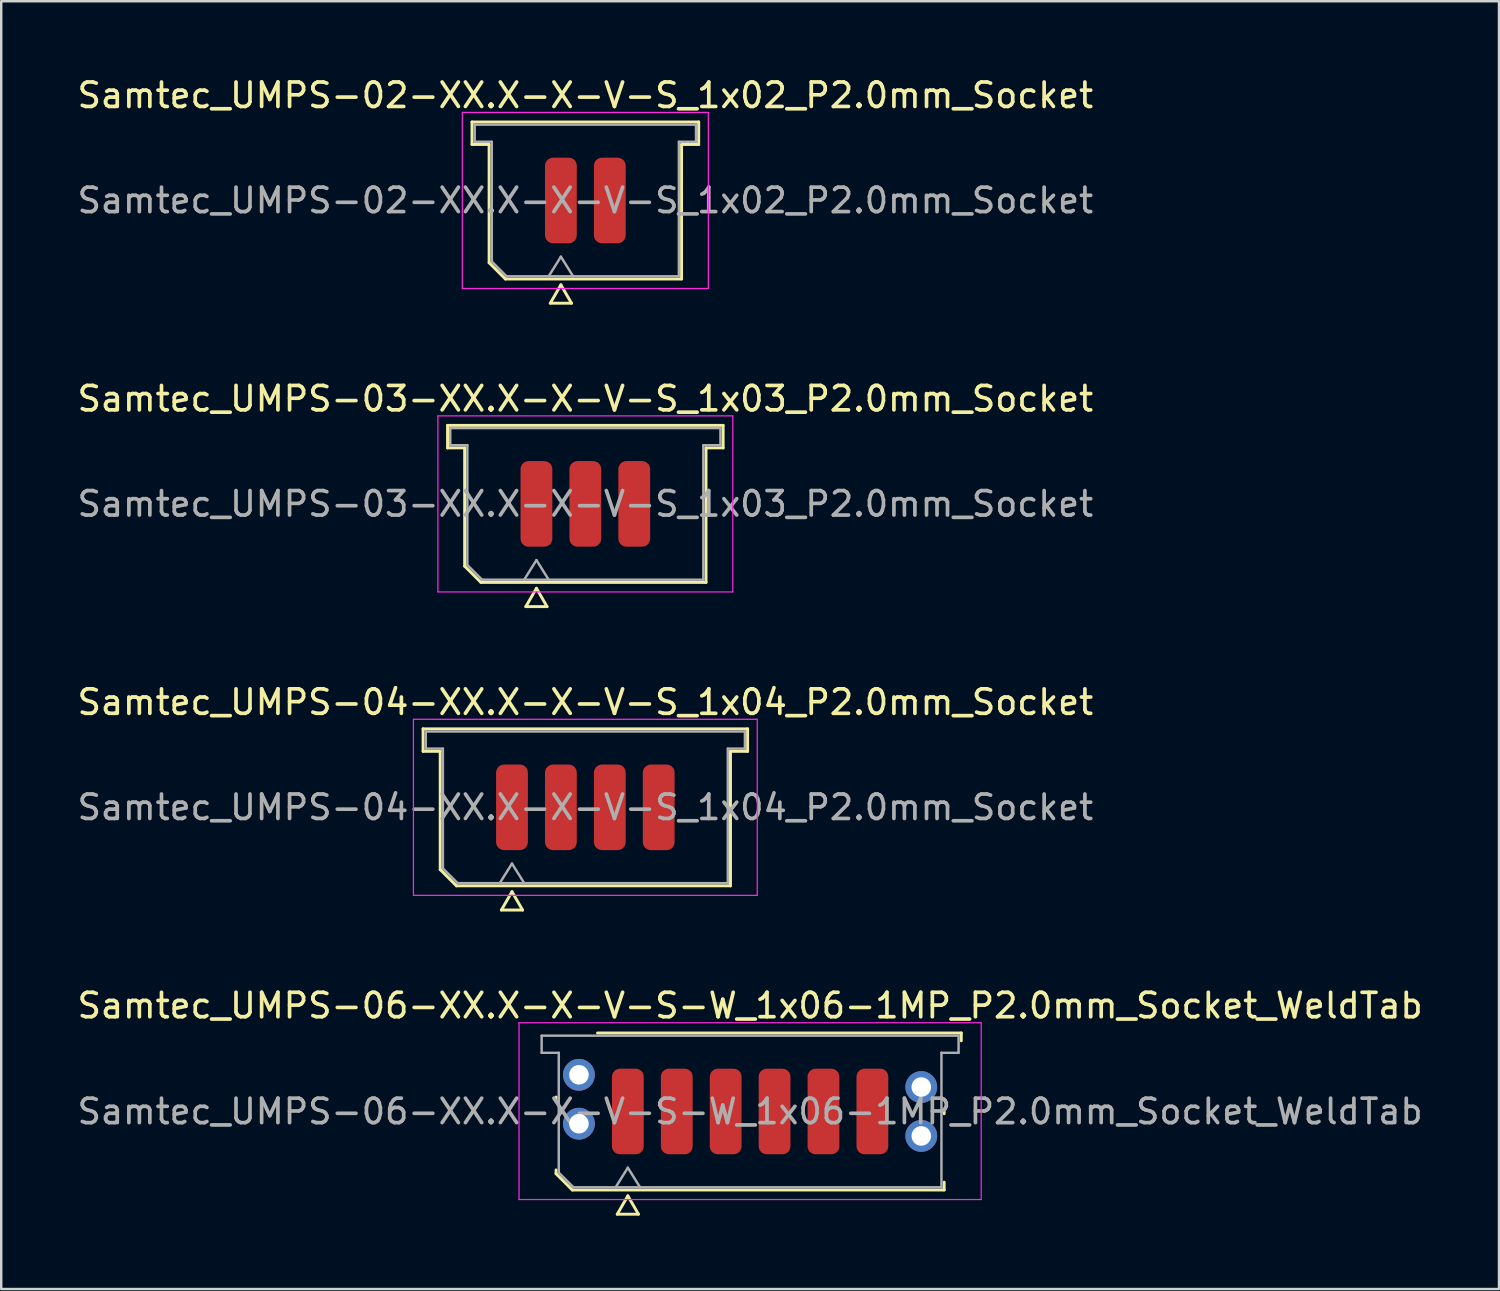
<source format=kicad_pcb>
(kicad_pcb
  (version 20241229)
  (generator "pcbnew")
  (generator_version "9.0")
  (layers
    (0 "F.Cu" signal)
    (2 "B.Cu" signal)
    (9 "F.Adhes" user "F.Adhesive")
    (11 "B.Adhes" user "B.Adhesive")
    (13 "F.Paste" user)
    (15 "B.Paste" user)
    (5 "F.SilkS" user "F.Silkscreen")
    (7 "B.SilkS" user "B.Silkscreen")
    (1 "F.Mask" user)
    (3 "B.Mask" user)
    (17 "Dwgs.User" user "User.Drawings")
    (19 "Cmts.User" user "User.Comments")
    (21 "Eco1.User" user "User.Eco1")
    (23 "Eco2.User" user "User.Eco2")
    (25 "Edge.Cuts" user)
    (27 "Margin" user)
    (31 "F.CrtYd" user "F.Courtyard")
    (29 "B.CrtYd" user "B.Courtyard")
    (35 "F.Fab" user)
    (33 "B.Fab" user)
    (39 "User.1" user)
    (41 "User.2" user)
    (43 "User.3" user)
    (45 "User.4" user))
  (footprint "Samtec_UMPS-02-XX.X-X-V-S_1x02_P2.0mm_Socket"
    (layer "F.Cu")
    (at 20.887 5.148)
    (property "Reference" "Samtec_UMPS-02-XX.X-X-V-S_1x02_P2.0mm_Socket" (at 0 -4.3 0) (layer "F.SilkS") (effects (font (size 1 1) (thickness 0.15))))
    (attr smd)
    (fp_line (start -4.635 -3.21) (end 4.635 -3.21) (stroke (width 0.12) (type solid)) (layer "F.SilkS"))
    (fp_line (start -4.635 -2.29) (end -4.635 -3.21) (stroke (width 0.12) (type solid)) (layer "F.SilkS"))
    (fp_line (start -3.935 -2.29) (end -4.635 -2.29) (stroke (width 0.12) (type solid)) (layer "F.SilkS"))
    (fp_line (start -3.935 2.546) (end -3.935 -2.29) (stroke (width 0.12) (type solid)) (layer "F.SilkS"))
    (fp_line (start -3.271 3.21) (end -3.935 2.546) (stroke (width 0.12) (type solid)) (layer "F.SilkS"))
    (fp_line (start -1.433 4.2) (end -1 3.45) (stroke (width 0.12) (type solid)) (layer "F.SilkS"))
    (fp_line (start -1 3.45) (end -0.567 4.2) (stroke (width 0.12) (type solid)) (layer "F.SilkS"))
    (fp_line (start -0.567 4.2) (end -1.433 4.2) (stroke (width 0.12) (type solid)) (layer "F.SilkS"))
    (fp_line (start 3.935 -2.29) (end 3.935 3.21) (stroke (width 0.12) (type solid)) (layer "F.SilkS"))
    (fp_line (start 3.935 3.21) (end -3.271 3.21) (stroke (width 0.12) (type solid)) (layer "F.SilkS"))
    (fp_line (start 4.635 -3.21) (end 4.635 -2.29) (stroke (width 0.12) (type solid)) (layer "F.SilkS"))
    (fp_line (start 4.635 -2.29) (end 3.935 -2.29) (stroke (width 0.12) (type solid)) (layer "F.SilkS"))
    (fp_line (start -5.03 -3.6) (end -5.03 3.6) (stroke (width 0.05) (type solid)) (layer "F.CrtYd"))
    (fp_line (start -5.03 3.6) (end 5.03 3.6) (stroke (width 0.05) (type solid)) (layer "F.CrtYd"))
    (fp_line (start 5.03 -3.6) (end -5.03 -3.6) (stroke (width 0.05) (type solid)) (layer "F.CrtYd"))
    (fp_line (start 5.03 3.6) (end 5.03 -3.6) (stroke (width 0.05) (type solid)) (layer "F.CrtYd"))
    (fp_line (start -4.525 -3.1) (end 4.525 -3.1) (stroke (width 0.1) (type solid)) (layer "F.Fab"))
    (fp_line (start -4.525 -2.4) (end -4.525 -3.1) (stroke (width 0.1) (type solid)) (layer "F.Fab"))
    (fp_line (start -3.825 -2.4) (end -4.525 -2.4) (stroke (width 0.1) (type solid)) (layer "F.Fab"))
    (fp_line (start -3.825 2.5) (end -3.825 -2.4) (stroke (width 0.1) (type solid)) (layer "F.Fab"))
    (fp_line (start -3.225 3.1) (end -3.825 2.5) (stroke (width 0.1) (type solid)) (layer "F.Fab"))
    (fp_line (start -1.5 3.1) (end -1 2.3) (stroke (width 0.1) (type solid)) (layer "F.Fab"))
    (fp_line (start -1 2.3) (end -0.5 3.1) (stroke (width 0.1) (type solid)) (layer "F.Fab"))
    (fp_line (start 3.825 -2.4) (end 3.825 3.1) (stroke (width 0.1) (type solid)) (layer "F.Fab"))
    (fp_line (start 3.825 3.1) (end -3.225 3.1) (stroke (width 0.1) (type solid)) (layer "F.Fab"))
    (fp_line (start 4.525 -3.1) (end 4.525 -2.4) (stroke (width 0.1) (type solid)) (layer "F.Fab"))
    (fp_line (start 4.525 -2.4) (end 3.825 -2.4) (stroke (width 0.1) (type solid)) (layer "F.Fab"))
    (fp_text user "${REFERENCE}" (at 0 0 0) (layer "F.Fab") (effects (font (size 1 1) (thickness 0.15))))
    (pad "1" smd roundrect (at -1 0) (size 1.3 3.5) (layers "F.Cu" "F.Mask" "F.Paste") (roundrect_rratio 0.25))
    (pad "2" smd roundrect (at 1 0) (size 1.3 3.5) (layers "F.Cu" "F.Mask" "F.Paste") (roundrect_rratio 0.25)))
  (footprint "Samtec_UMPS-03-XX.X-X-V-S_1x03_P2.0mm_Socket"
    (layer "F.Cu")
    (at 20.887 17.556)
    (property "Reference" "Samtec_UMPS-03-XX.X-X-V-S_1x03_P2.0mm_Socket" (at 0 -4.3 0) (layer "F.SilkS") (effects (font (size 1 1) (thickness 0.15))))
    (attr smd)
    (fp_line (start -5.635 -3.21) (end 5.635 -3.21) (stroke (width 0.12) (type solid)) (layer "F.SilkS"))
    (fp_line (start -5.635 -2.29) (end -5.635 -3.21) (stroke (width 0.12) (type solid)) (layer "F.SilkS"))
    (fp_line (start -4.935 -2.29) (end -5.635 -2.29) (stroke (width 0.12) (type solid)) (layer "F.SilkS"))
    (fp_line (start -4.935 2.546) (end -4.935 -2.29) (stroke (width 0.12) (type solid)) (layer "F.SilkS"))
    (fp_line (start -4.271 3.21) (end -4.935 2.546) (stroke (width 0.12) (type solid)) (layer "F.SilkS"))
    (fp_line (start -2.433 4.2) (end -2 3.45) (stroke (width 0.12) (type solid)) (layer "F.SilkS"))
    (fp_line (start -2 3.45) (end -1.567 4.2) (stroke (width 0.12) (type solid)) (layer "F.SilkS"))
    (fp_line (start -1.567 4.2) (end -2.433 4.2) (stroke (width 0.12) (type solid)) (layer "F.SilkS"))
    (fp_line (start 4.935 -2.29) (end 4.935 3.21) (stroke (width 0.12) (type solid)) (layer "F.SilkS"))
    (fp_line (start 4.935 3.21) (end -4.271 3.21) (stroke (width 0.12) (type solid)) (layer "F.SilkS"))
    (fp_line (start 5.635 -3.21) (end 5.635 -2.29) (stroke (width 0.12) (type solid)) (layer "F.SilkS"))
    (fp_line (start 5.635 -2.29) (end 4.935 -2.29) (stroke (width 0.12) (type solid)) (layer "F.SilkS"))
    (fp_line (start -6.03 -3.6) (end -6.03 3.6) (stroke (width 0.05) (type solid)) (layer "F.CrtYd"))
    (fp_line (start -6.03 3.6) (end 6.03 3.6) (stroke (width 0.05) (type solid)) (layer "F.CrtYd"))
    (fp_line (start 6.03 -3.6) (end -6.03 -3.6) (stroke (width 0.05) (type solid)) (layer "F.CrtYd"))
    (fp_line (start 6.03 3.6) (end 6.03 -3.6) (stroke (width 0.05) (type solid)) (layer "F.CrtYd"))
    (fp_line (start -5.525 -3.1) (end 5.525 -3.1) (stroke (width 0.1) (type solid)) (layer "F.Fab"))
    (fp_line (start -5.525 -2.4) (end -5.525 -3.1) (stroke (width 0.1) (type solid)) (layer "F.Fab"))
    (fp_line (start -4.825 -2.4) (end -5.525 -2.4) (stroke (width 0.1) (type solid)) (layer "F.Fab"))
    (fp_line (start -4.825 2.5) (end -4.825 -2.4) (stroke (width 0.1) (type solid)) (layer "F.Fab"))
    (fp_line (start -4.225 3.1) (end -4.825 2.5) (stroke (width 0.1) (type solid)) (layer "F.Fab"))
    (fp_line (start -2.5 3.1) (end -2 2.3) (stroke (width 0.1) (type solid)) (layer "F.Fab"))
    (fp_line (start -2 2.3) (end -1.5 3.1) (stroke (width 0.1) (type solid)) (layer "F.Fab"))
    (fp_line (start 4.825 -2.4) (end 4.825 3.1) (stroke (width 0.1) (type solid)) (layer "F.Fab"))
    (fp_line (start 4.825 3.1) (end -4.225 3.1) (stroke (width 0.1) (type solid)) (layer "F.Fab"))
    (fp_line (start 5.525 -3.1) (end 5.525 -2.4) (stroke (width 0.1) (type solid)) (layer "F.Fab"))
    (fp_line (start 5.525 -2.4) (end 4.825 -2.4) (stroke (width 0.1) (type solid)) (layer "F.Fab"))
    (fp_text user "${REFERENCE}" (at 0 0 0) (layer "F.Fab") (effects (font (size 1 1) (thickness 0.15))))
    (pad "1" smd roundrect (at -2 0) (size 1.3 3.5) (layers "F.Cu" "F.Mask" "F.Paste") (roundrect_rratio 0.25))
    (pad "2" smd roundrect (at 0 0) (size 1.3 3.5) (layers "F.Cu" "F.Mask" "F.Paste") (roundrect_rratio 0.25))
    (pad "3" smd roundrect (at 2 0) (size 1.3 3.5) (layers "F.Cu" "F.Mask" "F.Paste") (roundrect_rratio 0.25)))
  (footprint "Samtec_UMPS-04-XX.X-X-V-S_1x04_P2.0mm_Socket"
    (layer "F.Cu")
    (at 20.887 29.965)
    (property "Reference" "Samtec_UMPS-04-XX.X-X-V-S_1x04_P2.0mm_Socket" (at 0 -4.3 0) (layer "F.SilkS") (effects (font (size 1 1) (thickness 0.15))))
    (attr smd)
    (fp_line (start -6.635 -3.21) (end 6.635 -3.21) (stroke (width 0.12) (type solid)) (layer "F.SilkS"))
    (fp_line (start -6.635 -2.29) (end -6.635 -3.21) (stroke (width 0.12) (type solid)) (layer "F.SilkS"))
    (fp_line (start -5.935 -2.29) (end -6.635 -2.29) (stroke (width 0.12) (type solid)) (layer "F.SilkS"))
    (fp_line (start -5.935 2.546) (end -5.935 -2.29) (stroke (width 0.12) (type solid)) (layer "F.SilkS"))
    (fp_line (start -5.271 3.21) (end -5.935 2.546) (stroke (width 0.12) (type solid)) (layer "F.SilkS"))
    (fp_line (start -3.433 4.2) (end -3 3.45) (stroke (width 0.12) (type solid)) (layer "F.SilkS"))
    (fp_line (start -3 3.45) (end -2.567 4.2) (stroke (width 0.12) (type solid)) (layer "F.SilkS"))
    (fp_line (start -2.567 4.2) (end -3.433 4.2) (stroke (width 0.12) (type solid)) (layer "F.SilkS"))
    (fp_line (start 5.935 -2.29) (end 5.935 3.21) (stroke (width 0.12) (type solid)) (layer "F.SilkS"))
    (fp_line (start 5.935 3.21) (end -5.271 3.21) (stroke (width 0.12) (type solid)) (layer "F.SilkS"))
    (fp_line (start 6.635 -3.21) (end 6.635 -2.29) (stroke (width 0.12) (type solid)) (layer "F.SilkS"))
    (fp_line (start 6.635 -2.29) (end 5.935 -2.29) (stroke (width 0.12) (type solid)) (layer "F.SilkS"))
    (fp_line (start -7.03 -3.6) (end -7.03 3.6) (stroke (width 0.05) (type solid)) (layer "F.CrtYd"))
    (fp_line (start -7.03 3.6) (end 7.03 3.6) (stroke (width 0.05) (type solid)) (layer "F.CrtYd"))
    (fp_line (start 7.03 -3.6) (end -7.03 -3.6) (stroke (width 0.05) (type solid)) (layer "F.CrtYd"))
    (fp_line (start 7.03 3.6) (end 7.03 -3.6) (stroke (width 0.05) (type solid)) (layer "F.CrtYd"))
    (fp_line (start -6.525 -3.1) (end 6.525 -3.1) (stroke (width 0.1) (type solid)) (layer "F.Fab"))
    (fp_line (start -6.525 -2.4) (end -6.525 -3.1) (stroke (width 0.1) (type solid)) (layer "F.Fab"))
    (fp_line (start -5.825 -2.4) (end -6.525 -2.4) (stroke (width 0.1) (type solid)) (layer "F.Fab"))
    (fp_line (start -5.825 2.5) (end -5.825 -2.4) (stroke (width 0.1) (type solid)) (layer "F.Fab"))
    (fp_line (start -5.225 3.1) (end -5.825 2.5) (stroke (width 0.1) (type solid)) (layer "F.Fab"))
    (fp_line (start -3.5 3.1) (end -3 2.3) (stroke (width 0.1) (type solid)) (layer "F.Fab"))
    (fp_line (start -3 2.3) (end -2.5 3.1) (stroke (width 0.1) (type solid)) (layer "F.Fab"))
    (fp_line (start 5.825 -2.4) (end 5.825 3.1) (stroke (width 0.1) (type solid)) (layer "F.Fab"))
    (fp_line (start 5.825 3.1) (end -5.225 3.1) (stroke (width 0.1) (type solid)) (layer "F.Fab"))
    (fp_line (start 6.525 -3.1) (end 6.525 -2.4) (stroke (width 0.1) (type solid)) (layer "F.Fab"))
    (fp_line (start 6.525 -2.4) (end 5.825 -2.4) (stroke (width 0.1) (type solid)) (layer "F.Fab"))
    (fp_text user "${REFERENCE}" (at 0 0 0) (layer "F.Fab") (effects (font (size 1 1) (thickness 0.15))))
    (pad "1" smd roundrect (at -3 0) (size 1.3 3.5) (layers "F.Cu" "F.Mask" "F.Paste") (roundrect_rratio 0.25))
    (pad "2" smd roundrect (at -1 0) (size 1.3 3.5) (layers "F.Cu" "F.Mask" "F.Paste") (roundrect_rratio 0.25))
    (pad "3" smd roundrect (at 1 0) (size 1.3 3.5) (layers "F.Cu" "F.Mask" "F.Paste") (roundrect_rratio 0.25))
    (pad "4" smd roundrect (at 3 0) (size 1.3 3.5) (layers "F.Cu" "F.Mask" "F.Paste") (roundrect_rratio 0.25)))
  (footprint "Samtec_UMPS-06-XX.X-X-V-S-W_1x06-1MP_P2.0mm_Socket_WeldTab"
    (layer "F.Cu")
    (at 27.625 42.403)
    (property "Reference" "Samtec_UMPS-06-XX.X-X-V-S-W_1x06-1MP_P2.0mm_Socket_WeldTab" (at 0 -4.33 0) (layer "F.SilkS") (effects (font (size 1 1) (thickness 0.15))))
    (attr smd)
    (fp_line (start -7.935 -0.41) (end -7.935 -0.59) (stroke (width 0.12) (type solid)) (layer "F.SilkS"))
    (fp_line (start -7.935 2.546) (end -7.935 2.39) (stroke (width 0.12) (type solid)) (layer "F.SilkS"))
    (fp_line (start -7.271 3.21) (end -7.935 2.546) (stroke (width 0.12) (type solid)) (layer "F.SilkS"))
    (fp_line (start -6.24 -3.21) (end 8.635 -3.21) (stroke (width 0.12) (type solid)) (layer "F.SilkS"))
    (fp_line (start -5.433 4.2) (end -5 3.45) (stroke (width 0.12) (type solid)) (layer "F.SilkS"))
    (fp_line (start -5 3.45) (end -4.567 4.2) (stroke (width 0.12) (type solid)) (layer "F.SilkS"))
    (fp_line (start -4.567 4.2) (end -5.433 4.2) (stroke (width 0.12) (type solid)) (layer "F.SilkS"))
    (fp_line (start 7.935 -0.09) (end 7.935 0.09) (stroke (width 0.12) (type solid)) (layer "F.SilkS"))
    (fp_line (start 7.935 2.89) (end 7.935 3.21) (stroke (width 0.12) (type solid)) (layer "F.SilkS"))
    (fp_line (start 7.935 3.21) (end -7.271 3.21) (stroke (width 0.12) (type solid)) (layer "F.SilkS"))
    (fp_line (start 8.635 -3.21) (end 8.635 -2.89) (stroke (width 0.12) (type solid)) (layer "F.SilkS"))
    (fp_line (start -9.45 -3.63) (end -9.45 3.6) (stroke (width 0.05) (type solid)) (layer "F.CrtYd"))
    (fp_line (start -9.45 3.6) (end 9.45 3.6) (stroke (width 0.05) (type solid)) (layer "F.CrtYd"))
    (fp_line (start 9.45 -3.63) (end -9.45 -3.63) (stroke (width 0.05) (type solid)) (layer "F.CrtYd"))
    (fp_line (start 9.45 3.6) (end 9.45 -3.63) (stroke (width 0.05) (type solid)) (layer "F.CrtYd"))
    (fp_line (start -8.525 -3.1) (end 8.525 -3.1) (stroke (width 0.1) (type solid)) (layer "F.Fab"))
    (fp_line (start -8.525 -2.4) (end -8.525 -3.1) (stroke (width 0.1) (type solid)) (layer "F.Fab"))
    (fp_line (start -7.825 -2.4) (end -8.525 -2.4) (stroke (width 0.1) (type solid)) (layer "F.Fab"))
    (fp_line (start -7.825 2.5) (end -7.825 -2.4) (stroke (width 0.1) (type solid)) (layer "F.Fab"))
    (fp_line (start -7.225 3.1) (end -7.825 2.5) (stroke (width 0.1) (type solid)) (layer "F.Fab"))
    (fp_line (start -5.5 3.1) (end -5 2.3) (stroke (width 0.1) (type solid)) (layer "F.Fab"))
    (fp_line (start -5 2.3) (end -4.5 3.1) (stroke (width 0.1) (type solid)) (layer "F.Fab"))
    (fp_line (start 7.825 -2.4) (end 7.825 3.1) (stroke (width 0.1) (type solid)) (layer "F.Fab"))
    (fp_line (start 7.825 3.1) (end -7.225 3.1) (stroke (width 0.1) (type solid)) (layer "F.Fab"))
    (fp_line (start 8.525 -3.1) (end 8.525 -2.4) (stroke (width 0.1) (type solid)) (layer "F.Fab"))
    (fp_line (start 8.525 -2.4) (end 7.825 -2.4) (stroke (width 0.1) (type solid)) (layer "F.Fab"))
    (fp_text user "${REFERENCE}" (at 0 0 0) (layer "F.Fab") (effects (font (size 1 1) (thickness 0.15))))
    (pad "" smd rect (at -7.725 -1.99) (size 2.45 2.28) (layers "F.Paste"))
    (pad "" smd rect (at -7.725 0.99) (size 2.45 2.28) (layers "F.Paste"))
    (pad "" smd rect (at 7.725 -1.49) (size 2.45 2.28) (layers "F.Paste"))
    (pad "" smd rect (at 7.725 1.49) (size 2.45 2.28) (layers "F.Paste"))
    (pad "1" smd roundrect (at -5 0) (size 1.3 3.5) (layers "F.Cu" "F.Mask" "F.Paste") (roundrect_rratio 0.25))
    (pad "2" smd roundrect (at -3 0) (size 1.3 3.5) (layers "F.Cu" "F.Mask" "F.Paste") (roundrect_rratio 0.25))
    (pad "3" smd roundrect (at -1 0) (size 1.3 3.5) (layers "F.Cu" "F.Mask" "F.Paste") (roundrect_rratio 0.25))
    (pad "4" smd roundrect (at 1 0) (size 1.3 3.5) (layers "F.Cu" "F.Mask" "F.Paste") (roundrect_rratio 0.25))
    (pad "5" smd roundrect (at 3 0) (size 1.3 3.5) (layers "F.Cu" "F.Mask" "F.Paste") (roundrect_rratio 0.25))
    (pad "6" smd roundrect (at 5 0) (size 1.3 3.5) (layers "F.Cu" "F.Mask" "F.Paste") (roundrect_rratio 0.25))
    (pad "MP" thru_hole circle (at -7 -1.5) (size 1.3 1.3) (drill 0.8) (layers "*.Cu" "*.Mask"))
    (pad "MP" thru_hole circle (at -7 0.5) (size 1.3 1.3) (drill 0.8) (layers "*.Cu" "*.Mask"))
    (pad "MP" thru_hole circle (at 7 -1) (size 1.3 1.3) (drill 0.8) (layers "*.Cu" "*.Mask"))
    (pad "MP" thru_hole circle (at 7 1) (size 1.3 1.3) (drill 0.8) (layers "*.Cu" "*.Mask")))
  (gr_rect
    (start -3 -3)
    (end 58.25 49.663)
    (stroke (width 0.1) (type default))
    (fill no)
    (layer "Edge.Cuts")))
</source>
